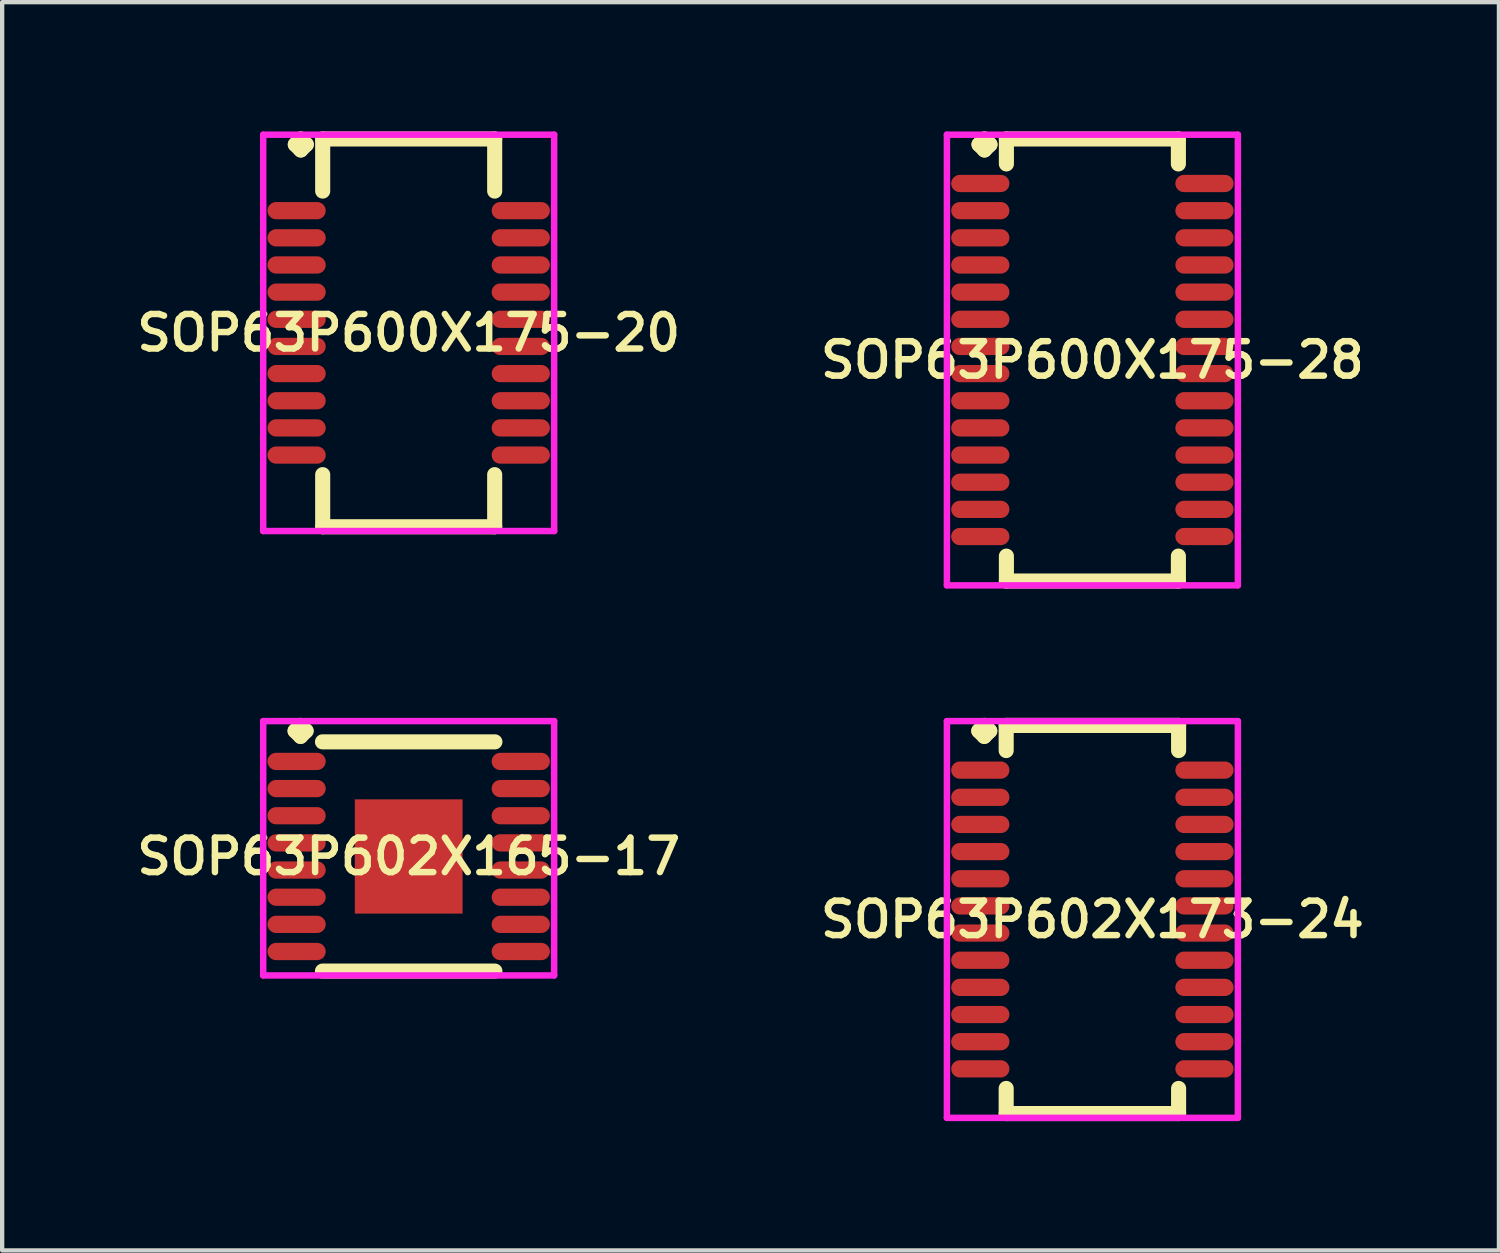
<source format=kicad_pcb>
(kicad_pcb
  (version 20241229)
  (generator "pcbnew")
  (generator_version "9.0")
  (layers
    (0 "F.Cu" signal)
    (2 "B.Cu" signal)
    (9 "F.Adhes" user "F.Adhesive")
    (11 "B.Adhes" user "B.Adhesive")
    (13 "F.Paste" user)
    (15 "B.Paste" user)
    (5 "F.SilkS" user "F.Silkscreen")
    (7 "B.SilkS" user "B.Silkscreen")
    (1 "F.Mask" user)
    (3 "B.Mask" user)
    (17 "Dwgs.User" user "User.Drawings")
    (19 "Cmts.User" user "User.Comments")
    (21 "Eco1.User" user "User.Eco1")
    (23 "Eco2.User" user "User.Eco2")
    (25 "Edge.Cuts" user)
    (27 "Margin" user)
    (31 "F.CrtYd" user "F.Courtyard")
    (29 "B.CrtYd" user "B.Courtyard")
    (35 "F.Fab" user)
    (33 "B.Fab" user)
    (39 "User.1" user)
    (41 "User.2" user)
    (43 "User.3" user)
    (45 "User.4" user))
  (footprint "SOP63P602X173-24"
    (layer "F.Cu")
    (at 22.292 18.281)
    (property "Reference" "SOP63P602X173-24" (at 0 0 0) (layer "F.SilkS") (effects (font (size 0.8 0.8) (thickness 0.15))))
    (attr smd)
    (fp_line (start -2.635 -4.375) (end -2.508 -4.502) (stroke (width 0.35) (type solid)) (layer "F.SilkS"))
    (fp_line (start -2.508 -4.502) (end -2.381 -4.375) (stroke (width 0.35) (type solid)) (layer "F.SilkS"))
    (fp_line (start -2.508 -4.248) (end -2.635 -4.375) (stroke (width 0.35) (type solid)) (layer "F.SilkS"))
    (fp_line (start -2.381 -4.375) (end -2.508 -4.248) (stroke (width 0.35) (type solid)) (layer "F.SilkS"))
    (fp_line (start -2 -4.502) (end 2 -4.502) (stroke (width 0.35) (type solid)) (layer "F.SilkS"))
    (fp_line (start -2 -3.919) (end -2 -4.502) (stroke (width 0.35) (type solid)) (layer "F.SilkS"))
    (fp_line (start -2 3.919) (end -2 4.502) (stroke (width 0.35) (type solid)) (layer "F.SilkS"))
    (fp_line (start -2 4.502) (end 2 4.502) (stroke (width 0.35) (type solid)) (layer "F.SilkS"))
    (fp_line (start 2 -4.502) (end 2 -3.919) (stroke (width 0.35) (type solid)) (layer "F.SilkS"))
    (fp_line (start 2 4.502) (end 2 3.919) (stroke (width 0.35) (type solid)) (layer "F.SilkS"))
    (fp_line (start -3.375 -4.602) (end 3.375 -4.602) (stroke (width 0.15) (type solid)) (layer "F.CrtYd"))
    (fp_line (start -3.375 4.602) (end -3.375 -4.602) (stroke (width 0.15) (type solid)) (layer "F.CrtYd"))
    (fp_line (start 3.375 -4.602) (end 3.375 4.602) (stroke (width 0.15) (type solid)) (layer "F.CrtYd"))
    (fp_line (start 3.375 4.602) (end -3.375 4.602) (stroke (width 0.15) (type solid)) (layer "F.CrtYd"))
    (pad "1" smd oval (at -2.6 -3.465) (size 1.35 0.4) (layers "F.Cu" "F.Mask" "F.Paste"))
    (pad "2" smd oval (at -2.6 -2.835) (size 1.35 0.4) (layers "F.Cu" "F.Mask" "F.Paste"))
    (pad "3" smd oval (at -2.6 -2.205) (size 1.35 0.4) (layers "F.Cu" "F.Mask" "F.Paste"))
    (pad "4" smd oval (at -2.6 -1.575) (size 1.35 0.4) (layers "F.Cu" "F.Mask" "F.Paste"))
    (pad "5" smd oval (at -2.6 -0.945) (size 1.35 0.4) (layers "F.Cu" "F.Mask" "F.Paste"))
    (pad "6" smd oval (at -2.6 -0.315) (size 1.35 0.4) (layers "F.Cu" "F.Mask" "F.Paste"))
    (pad "7" smd oval (at -2.6 0.315) (size 1.35 0.4) (layers "F.Cu" "F.Mask" "F.Paste"))
    (pad "8" smd oval (at -2.6 0.945) (size 1.35 0.4) (layers "F.Cu" "F.Mask" "F.Paste"))
    (pad "9" smd oval (at -2.6 1.575) (size 1.35 0.4) (layers "F.Cu" "F.Mask" "F.Paste"))
    (pad "10" smd oval (at -2.6 2.205) (size 1.35 0.4) (layers "F.Cu" "F.Mask" "F.Paste"))
    (pad "11" smd oval (at -2.6 2.835) (size 1.35 0.4) (layers "F.Cu" "F.Mask" "F.Paste"))
    (pad "12" smd oval (at -2.6 3.465) (size 1.35 0.4) (layers "F.Cu" "F.Mask" "F.Paste"))
    (pad "13" smd oval (at 2.6 3.465) (size 1.35 0.4) (layers "F.Cu" "F.Mask" "F.Paste"))
    (pad "14" smd oval (at 2.6 2.835) (size 1.35 0.4) (layers "F.Cu" "F.Mask" "F.Paste"))
    (pad "15" smd oval (at 2.6 2.205) (size 1.35 0.4) (layers "F.Cu" "F.Mask" "F.Paste"))
    (pad "16" smd oval (at 2.6 1.575) (size 1.35 0.4) (layers "F.Cu" "F.Mask" "F.Paste"))
    (pad "17" smd oval (at 2.6 0.945) (size 1.35 0.4) (layers "F.Cu" "F.Mask" "F.Paste"))
    (pad "18" smd oval (at 2.6 0.315) (size 1.35 0.4) (layers "F.Cu" "F.Mask" "F.Paste"))
    (pad "19" smd oval (at 2.6 -0.315) (size 1.35 0.4) (layers "F.Cu" "F.Mask" "F.Paste"))
    (pad "20" smd oval (at 2.6 -0.945) (size 1.35 0.4) (layers "F.Cu" "F.Mask" "F.Paste"))
    (pad "21" smd oval (at 2.6 -1.575) (size 1.35 0.4) (layers "F.Cu" "F.Mask" "F.Paste"))
    (pad "22" smd oval (at 2.6 -2.205) (size 1.35 0.4) (layers "F.Cu" "F.Mask" "F.Paste"))
    (pad "23" smd oval (at 2.6 -2.835) (size 1.35 0.4) (layers "F.Cu" "F.Mask" "F.Paste"))
    (pad "24" smd oval (at 2.6 -3.465) (size 1.35 0.4) (layers "F.Cu" "F.Mask" "F.Paste")))
  (footprint "SOP63P602X165-17"
    (layer "F.Cu")
    (at 6.431 16.819)
    (property "Reference" "SOP63P602X165-17" (at 0 0 0) (layer "F.SilkS") (effects (font (size 0.8 0.8) (thickness 0.15))))
    (attr smd)
    (fp_line (start -2.635 -2.913) (end -2.508 -3.04) (stroke (width 0.35) (type solid)) (layer "F.SilkS"))
    (fp_line (start -2.508 -3.04) (end -2.381 -2.913) (stroke (width 0.35) (type solid)) (layer "F.SilkS"))
    (fp_line (start -2.508 -2.786) (end -2.635 -2.913) (stroke (width 0.35) (type solid)) (layer "F.SilkS"))
    (fp_line (start -2.381 -2.913) (end -2.508 -2.786) (stroke (width 0.35) (type solid)) (layer "F.SilkS"))
    (fp_line (start -2 -2.659) (end 2 -2.659) (stroke (width 0.35) (type solid)) (layer "F.SilkS"))
    (fp_line (start -2 2.659) (end 2 2.659) (stroke (width 0.35) (type solid)) (layer "F.SilkS"))
    (fp_line (start -3.375 -3.14) (end 3.375 -3.14) (stroke (width 0.15) (type solid)) (layer "F.CrtYd"))
    (fp_line (start -3.375 2.759) (end -3.375 -3.14) (stroke (width 0.15) (type solid)) (layer "F.CrtYd"))
    (fp_line (start 3.375 -3.14) (end 3.375 2.759) (stroke (width 0.15) (type solid)) (layer "F.CrtYd"))
    (fp_line (start 3.375 2.759) (end -3.375 2.759) (stroke (width 0.15) (type solid)) (layer "F.CrtYd"))
    (pad "1" smd oval (at -2.6 -2.205) (size 1.35 0.4) (layers "F.Cu" "F.Mask" "F.Paste"))
    (pad "2" smd oval (at -2.6 -1.575) (size 1.35 0.4) (layers "F.Cu" "F.Mask" "F.Paste"))
    (pad "3" smd oval (at -2.6 -0.945) (size 1.35 0.4) (layers "F.Cu" "F.Mask" "F.Paste"))
    (pad "4" smd oval (at -2.6 -0.315) (size 1.35 0.4) (layers "F.Cu" "F.Mask" "F.Paste"))
    (pad "5" smd oval (at -2.6 0.315) (size 1.35 0.4) (layers "F.Cu" "F.Mask" "F.Paste"))
    (pad "6" smd oval (at -2.6 0.945) (size 1.35 0.4) (layers "F.Cu" "F.Mask" "F.Paste"))
    (pad "7" smd oval (at -2.6 1.575) (size 1.35 0.4) (layers "F.Cu" "F.Mask" "F.Paste"))
    (pad "8" smd oval (at -2.6 2.205) (size 1.35 0.4) (layers "F.Cu" "F.Mask" "F.Paste"))
    (pad "9" smd oval (at 2.6 2.205) (size 1.35 0.4) (layers "F.Cu" "F.Mask" "F.Paste"))
    (pad "10" smd oval (at 2.6 1.575) (size 1.35 0.4) (layers "F.Cu" "F.Mask" "F.Paste"))
    (pad "11" smd oval (at 2.6 0.945) (size 1.35 0.4) (layers "F.Cu" "F.Mask" "F.Paste"))
    (pad "12" smd oval (at 2.6 0.315) (size 1.35 0.4) (layers "F.Cu" "F.Mask" "F.Paste"))
    (pad "13" smd oval (at 2.6 -0.315) (size 1.35 0.4) (layers "F.Cu" "F.Mask" "F.Paste"))
    (pad "14" smd oval (at 2.6 -0.945) (size 1.35 0.4) (layers "F.Cu" "F.Mask" "F.Paste"))
    (pad "15" smd oval (at 2.6 -1.575) (size 1.35 0.4) (layers "F.Cu" "F.Mask" "F.Paste"))
    (pad "16" smd oval (at 2.6 -2.205) (size 1.35 0.4) (layers "F.Cu" "F.Mask" "F.Paste"))
    (pad "17" smd rect (at 0 0) (size 2.5 2.65) (layers "F.Cu" "F.Mask" "F.Paste")))
  (footprint "SOP63P600X175-20"
    (layer "F.Cu")
    (at 6.431 4.672)
    (property "Reference" "SOP63P600X175-20" (at 0 0 0) (layer "F.SilkS") (effects (font (size 0.8 0.8) (thickness 0.15))))
    (attr smd)
    (fp_line (start -2.63 -4.37) (end -2.503 -4.497) (stroke (width 0.35) (type solid)) (layer "F.SilkS"))
    (fp_line (start -2.503 -4.497) (end -2.376 -4.37) (stroke (width 0.35) (type solid)) (layer "F.SilkS"))
    (fp_line (start -2.503 -4.243) (end -2.63 -4.37) (stroke (width 0.35) (type solid)) (layer "F.SilkS"))
    (fp_line (start -2.376 -4.37) (end -2.503 -4.243) (stroke (width 0.35) (type solid)) (layer "F.SilkS"))
    (fp_line (start -1.995 -4.497) (end 1.995 -4.497) (stroke (width 0.35) (type solid)) (layer "F.SilkS"))
    (fp_line (start -1.995 -3.289) (end -1.995 -4.497) (stroke (width 0.35) (type solid)) (layer "F.SilkS"))
    (fp_line (start -1.995 3.289) (end -1.995 4.497) (stroke (width 0.35) (type solid)) (layer "F.SilkS"))
    (fp_line (start -1.995 4.497) (end 1.995 4.497) (stroke (width 0.35) (type solid)) (layer "F.SilkS"))
    (fp_line (start 1.995 -4.497) (end 1.995 -3.289) (stroke (width 0.35) (type solid)) (layer "F.SilkS"))
    (fp_line (start 1.995 4.497) (end 1.995 3.289) (stroke (width 0.35) (type solid)) (layer "F.SilkS"))
    (fp_line (start -3.375 -4.597) (end 3.375 -4.597) (stroke (width 0.15) (type solid)) (layer "F.CrtYd"))
    (fp_line (start -3.375 4.597) (end -3.375 -4.597) (stroke (width 0.15) (type solid)) (layer "F.CrtYd"))
    (fp_line (start 3.375 -4.597) (end 3.375 4.597) (stroke (width 0.15) (type solid)) (layer "F.CrtYd"))
    (fp_line (start 3.375 4.597) (end -3.375 4.597) (stroke (width 0.15) (type solid)) (layer "F.CrtYd"))
    (pad "1" smd oval (at -2.6 -2.835) (size 1.35 0.4) (layers "F.Cu" "F.Mask" "F.Paste"))
    (pad "2" smd oval (at -2.6 -2.205) (size 1.35 0.4) (layers "F.Cu" "F.Mask" "F.Paste"))
    (pad "3" smd oval (at -2.6 -1.575) (size 1.35 0.4) (layers "F.Cu" "F.Mask" "F.Paste"))
    (pad "4" smd oval (at -2.6 -0.945) (size 1.35 0.4) (layers "F.Cu" "F.Mask" "F.Paste"))
    (pad "5" smd oval (at -2.6 -0.315) (size 1.35 0.4) (layers "F.Cu" "F.Mask" "F.Paste"))
    (pad "6" smd oval (at -2.6 0.315) (size 1.35 0.4) (layers "F.Cu" "F.Mask" "F.Paste"))
    (pad "7" smd oval (at -2.6 0.945) (size 1.35 0.4) (layers "F.Cu" "F.Mask" "F.Paste"))
    (pad "8" smd oval (at -2.6 1.575) (size 1.35 0.4) (layers "F.Cu" "F.Mask" "F.Paste"))
    (pad "9" smd oval (at -2.6 2.205) (size 1.35 0.4) (layers "F.Cu" "F.Mask" "F.Paste"))
    (pad "10" smd oval (at -2.6 2.835) (size 1.35 0.4) (layers "F.Cu" "F.Mask" "F.Paste"))
    (pad "11" smd oval (at 2.6 2.835) (size 1.35 0.4) (layers "F.Cu" "F.Mask" "F.Paste"))
    (pad "12" smd oval (at 2.6 2.205) (size 1.35 0.4) (layers "F.Cu" "F.Mask" "F.Paste"))
    (pad "13" smd oval (at 2.6 1.575) (size 1.35 0.4) (layers "F.Cu" "F.Mask" "F.Paste"))
    (pad "14" smd oval (at 2.6 0.945) (size 1.35 0.4) (layers "F.Cu" "F.Mask" "F.Paste"))
    (pad "15" smd oval (at 2.6 0.315) (size 1.35 0.4) (layers "F.Cu" "F.Mask" "F.Paste"))
    (pad "16" smd oval (at 2.6 -0.315) (size 1.35 0.4) (layers "F.Cu" "F.Mask" "F.Paste"))
    (pad "17" smd oval (at 2.6 -0.945) (size 1.35 0.4) (layers "F.Cu" "F.Mask" "F.Paste"))
    (pad "18" smd oval (at 2.6 -1.575) (size 1.35 0.4) (layers "F.Cu" "F.Mask" "F.Paste"))
    (pad "19" smd oval (at 2.6 -2.205) (size 1.35 0.4) (layers "F.Cu" "F.Mask" "F.Paste"))
    (pad "20" smd oval (at 2.6 -2.835) (size 1.35 0.4) (layers "F.Cu" "F.Mask" "F.Paste")))
  (footprint "SOP63P600X175-28"
    (layer "F.Cu")
    (at 22.292 5.302)
    (property "Reference" "SOP63P600X175-28" (at 0 0 0) (layer "F.SilkS") (effects (font (size 0.8 0.8) (thickness 0.15))))
    (attr smd)
    (fp_line (start -2.63 -5) (end -2.503 -5.127) (stroke (width 0.35) (type solid)) (layer "F.SilkS"))
    (fp_line (start -2.503 -5.127) (end -2.376 -5) (stroke (width 0.35) (type solid)) (layer "F.SilkS"))
    (fp_line (start -2.503 -4.873) (end -2.63 -5) (stroke (width 0.35) (type solid)) (layer "F.SilkS"))
    (fp_line (start -2.376 -5) (end -2.503 -4.873) (stroke (width 0.35) (type solid)) (layer "F.SilkS"))
    (fp_line (start -1.995 -5.127) (end 1.995 -5.127) (stroke (width 0.35) (type solid)) (layer "F.SilkS"))
    (fp_line (start -1.995 -4.549) (end -1.995 -5.127) (stroke (width 0.35) (type solid)) (layer "F.SilkS"))
    (fp_line (start -1.995 4.549) (end -1.995 5.127) (stroke (width 0.35) (type solid)) (layer "F.SilkS"))
    (fp_line (start -1.995 5.127) (end 1.995 5.127) (stroke (width 0.35) (type solid)) (layer "F.SilkS"))
    (fp_line (start 1.995 -5.127) (end 1.995 -4.549) (stroke (width 0.35) (type solid)) (layer "F.SilkS"))
    (fp_line (start 1.995 5.127) (end 1.995 4.549) (stroke (width 0.35) (type solid)) (layer "F.SilkS"))
    (fp_line (start -3.375 -5.227) (end 3.375 -5.227) (stroke (width 0.15) (type solid)) (layer "F.CrtYd"))
    (fp_line (start -3.375 5.227) (end -3.375 -5.227) (stroke (width 0.15) (type solid)) (layer "F.CrtYd"))
    (fp_line (start 3.375 -5.227) (end 3.375 5.227) (stroke (width 0.15) (type solid)) (layer "F.CrtYd"))
    (fp_line (start 3.375 5.227) (end -3.375 5.227) (stroke (width 0.15) (type solid)) (layer "F.CrtYd"))
    (pad "1" smd oval (at -2.6 -4.095) (size 1.35 0.4) (layers "F.Cu" "F.Mask" "F.Paste"))
    (pad "2" smd oval (at -2.6 -3.465) (size 1.35 0.4) (layers "F.Cu" "F.Mask" "F.Paste"))
    (pad "3" smd oval (at -2.6 -2.835) (size 1.35 0.4) (layers "F.Cu" "F.Mask" "F.Paste"))
    (pad "4" smd oval (at -2.6 -2.205) (size 1.35 0.4) (layers "F.Cu" "F.Mask" "F.Paste"))
    (pad "5" smd oval (at -2.6 -1.575) (size 1.35 0.4) (layers "F.Cu" "F.Mask" "F.Paste"))
    (pad "6" smd oval (at -2.6 -0.945) (size 1.35 0.4) (layers "F.Cu" "F.Mask" "F.Paste"))
    (pad "7" smd oval (at -2.6 -0.315) (size 1.35 0.4) (layers "F.Cu" "F.Mask" "F.Paste"))
    (pad "8" smd oval (at -2.6 0.315) (size 1.35 0.4) (layers "F.Cu" "F.Mask" "F.Paste"))
    (pad "9" smd oval (at -2.6 0.945) (size 1.35 0.4) (layers "F.Cu" "F.Mask" "F.Paste"))
    (pad "10" smd oval (at -2.6 1.575) (size 1.35 0.4) (layers "F.Cu" "F.Mask" "F.Paste"))
    (pad "11" smd oval (at -2.6 2.205) (size 1.35 0.4) (layers "F.Cu" "F.Mask" "F.Paste"))
    (pad "12" smd oval (at -2.6 2.835) (size 1.35 0.4) (layers "F.Cu" "F.Mask" "F.Paste"))
    (pad "13" smd oval (at -2.6 3.465) (size 1.35 0.4) (layers "F.Cu" "F.Mask" "F.Paste"))
    (pad "14" smd oval (at -2.6 4.095) (size 1.35 0.4) (layers "F.Cu" "F.Mask" "F.Paste"))
    (pad "15" smd oval (at 2.6 4.095) (size 1.35 0.4) (layers "F.Cu" "F.Mask" "F.Paste"))
    (pad "16" smd oval (at 2.6 3.465) (size 1.35 0.4) (layers "F.Cu" "F.Mask" "F.Paste"))
    (pad "17" smd oval (at 2.6 2.835) (size 1.35 0.4) (layers "F.Cu" "F.Mask" "F.Paste"))
    (pad "18" smd oval (at 2.6 2.205) (size 1.35 0.4) (layers "F.Cu" "F.Mask" "F.Paste"))
    (pad "19" smd oval (at 2.6 1.575) (size 1.35 0.4) (layers "F.Cu" "F.Mask" "F.Paste"))
    (pad "20" smd oval (at 2.6 0.945) (size 1.35 0.4) (layers "F.Cu" "F.Mask" "F.Paste"))
    (pad "21" smd oval (at 2.6 0.315) (size 1.35 0.4) (layers "F.Cu" "F.Mask" "F.Paste"))
    (pad "22" smd oval (at 2.6 -0.315) (size 1.35 0.4) (layers "F.Cu" "F.Mask" "F.Paste"))
    (pad "23" smd oval (at 2.6 -0.945) (size 1.35 0.4) (layers "F.Cu" "F.Mask" "F.Paste"))
    (pad "24" smd oval (at 2.6 -1.575) (size 1.35 0.4) (layers "F.Cu" "F.Mask" "F.Paste"))
    (pad "25" smd oval (at 2.6 -2.205) (size 1.35 0.4) (layers "F.Cu" "F.Mask" "F.Paste"))
    (pad "26" smd oval (at 2.6 -2.835) (size 1.35 0.4) (layers "F.Cu" "F.Mask" "F.Paste"))
    (pad "27" smd oval (at 2.6 -3.465) (size 1.35 0.4) (layers "F.Cu" "F.Mask" "F.Paste"))
    (pad "28" smd oval (at 2.6 -4.095) (size 1.35 0.4) (layers "F.Cu" "F.Mask" "F.Paste")))
  (gr_rect
    (start -3 -3)
    (end 31.723 25.958)
    (stroke (width 0.1) (type default))
    (fill no)
    (layer "Edge.Cuts")))
</source>
